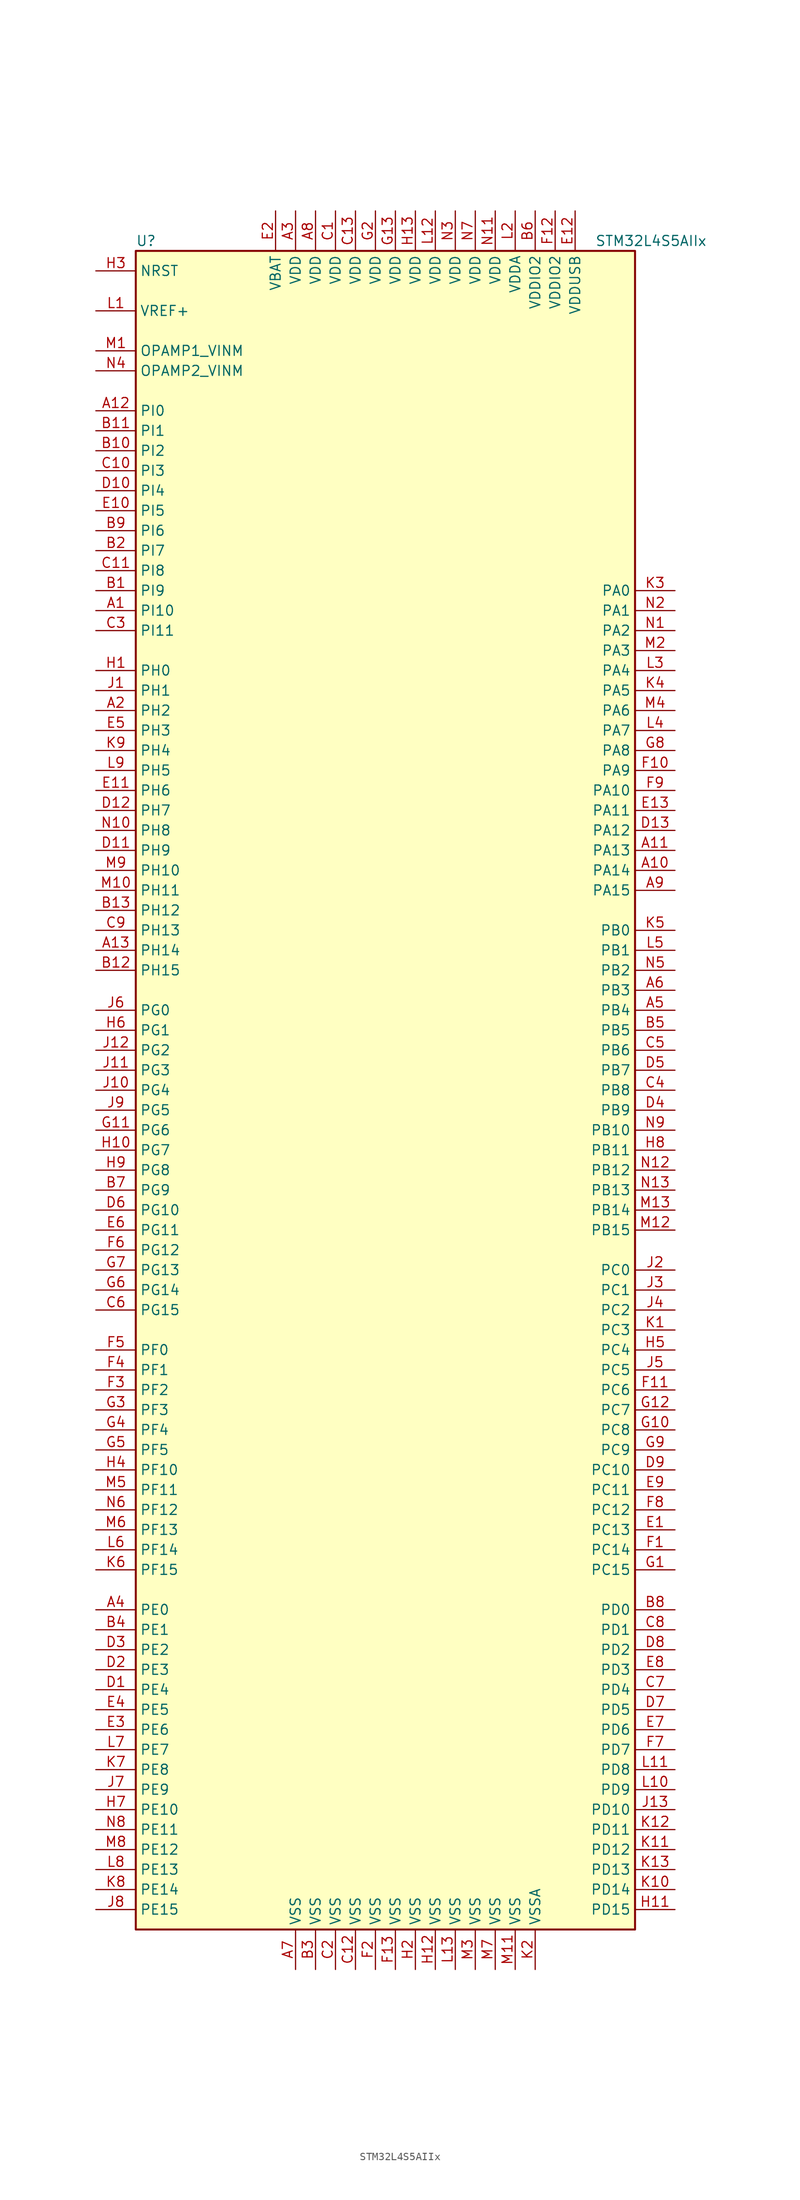
<source format=kicad_sym>
(kicad_symbol_lib
  (version 20201005)
  (generator kicad_symbol_editor)
  (symbol "STM32L4S5AIIx"
    (property "Reference" "U"
      (at -33.02 107.95 0)
      (effects (font (size 1.27 1.27)) (justify left)))
    (property "Value" "STM32L4S5AIIx"
      (at 25.4 107.95 0)
      (effects (font (size 1.27 1.27)) (justify left)))
    (symbol "STM32L4S5AIIx_0_1"
      (rectangle (start -33.02 -106.68) (end 30.48 106.68) (stroke (width 0.254)) (fill (type background))))
    (symbol "STM32L4S5AIIx_1_1"
      (pin input line (at -38.1 104.14 0) (length 5.08) (name "NRST" (effects (font (size 1.27 1.27)))) (number "H3" (effects (font (size 1.27 1.27)))))
      (pin bidirectional line (at -38.1 93.98 0) (length 5.08) (name "OPAMP1_VINM" (effects (font (size 1.27 1.27)))) (number "M1" (effects (font (size 1.27 1.27)))))
      (pin bidirectional line (at -38.1 91.44 0) (length 5.08) (name "OPAMP2_VINM" (effects (font (size 1.27 1.27)))) (number "N4" (effects (font (size 1.27 1.27)))))
      (pin bidirectional line (at 35.56 63.5 180) (length 5.08) (name "PA0" (effects (font (size 1.27 1.27)))) (number "K3" (effects (font (size 1.27 1.27)))))
      (pin bidirectional line (at 35.56 60.96 180) (length 5.08) (name "PA1" (effects (font (size 1.27 1.27)))) (number "N2" (effects (font (size 1.27 1.27)))))
      (pin bidirectional line (at 35.56 38.1 180) (length 5.08) (name "PA10" (effects (font (size 1.27 1.27)))) (number "F9" (effects (font (size 1.27 1.27)))))
      (pin bidirectional line (at 35.56 35.56 180) (length 5.08) (name "PA11" (effects (font (size 1.27 1.27)))) (number "E13" (effects (font (size 1.27 1.27)))))
      (pin bidirectional line (at 35.56 33.02 180) (length 5.08) (name "PA12" (effects (font (size 1.27 1.27)))) (number "D13" (effects (font (size 1.27 1.27)))))
      (pin bidirectional line (at 35.56 30.48 180) (length 5.08) (name "PA13" (effects (font (size 1.27 1.27)))) (number "A11" (effects (font (size 1.27 1.27)))))
      (pin bidirectional line (at 35.56 27.94 180) (length 5.08) (name "PA14" (effects (font (size 1.27 1.27)))) (number "A10" (effects (font (size 1.27 1.27)))))
      (pin bidirectional line (at 35.56 25.4 180) (length 5.08) (name "PA15" (effects (font (size 1.27 1.27)))) (number "A9" (effects (font (size 1.27 1.27)))))
      (pin bidirectional line (at 35.56 58.42 180) (length 5.08) (name "PA2" (effects (font (size 1.27 1.27)))) (number "N1" (effects (font (size 1.27 1.27)))))
      (pin bidirectional line (at 35.56 55.88 180) (length 5.08) (name "PA3" (effects (font (size 1.27 1.27)))) (number "M2" (effects (font (size 1.27 1.27)))))
      (pin bidirectional line (at 35.56 53.34 180) (length 5.08) (name "PA4" (effects (font (size 1.27 1.27)))) (number "L3" (effects (font (size 1.27 1.27)))))
      (pin bidirectional line (at 35.56 50.8 180) (length 5.08) (name "PA5" (effects (font (size 1.27 1.27)))) (number "K4" (effects (font (size 1.27 1.27)))))
      (pin bidirectional line (at 35.56 48.26 180) (length 5.08) (name "PA6" (effects (font (size 1.27 1.27)))) (number "M4" (effects (font (size 1.27 1.27)))))
      (pin bidirectional line (at 35.56 45.72 180) (length 5.08) (name "PA7" (effects (font (size 1.27 1.27)))) (number "L4" (effects (font (size 1.27 1.27)))))
      (pin bidirectional line (at 35.56 43.18 180) (length 5.08) (name "PA8" (effects (font (size 1.27 1.27)))) (number "G8" (effects (font (size 1.27 1.27)))))
      (pin bidirectional line (at 35.56 40.64 180) (length 5.08) (name "PA9" (effects (font (size 1.27 1.27)))) (number "F10" (effects (font (size 1.27 1.27)))))
      (pin bidirectional line (at 35.56 20.32 180) (length 5.08) (name "PB0" (effects (font (size 1.27 1.27)))) (number "K5" (effects (font (size 1.27 1.27)))))
      (pin bidirectional line (at 35.56 17.78 180) (length 5.08) (name "PB1" (effects (font (size 1.27 1.27)))) (number "L5" (effects (font (size 1.27 1.27)))))
      (pin bidirectional line (at 35.56 -5.08 180) (length 5.08) (name "PB10" (effects (font (size 1.27 1.27)))) (number "N9" (effects (font (size 1.27 1.27)))))
      (pin bidirectional line (at 35.56 -7.62 180) (length 5.08) (name "PB11" (effects (font (size 1.27 1.27)))) (number "H8" (effects (font (size 1.27 1.27)))))
      (pin bidirectional line (at 35.56 -10.16 180) (length 5.08) (name "PB12" (effects (font (size 1.27 1.27)))) (number "N12" (effects (font (size 1.27 1.27)))))
      (pin bidirectional line (at 35.56 -12.7 180) (length 5.08) (name "PB13" (effects (font (size 1.27 1.27)))) (number "N13" (effects (font (size 1.27 1.27)))))
      (pin bidirectional line (at 35.56 -15.24 180) (length 5.08) (name "PB14" (effects (font (size 1.27 1.27)))) (number "M13" (effects (font (size 1.27 1.27)))))
      (pin bidirectional line (at 35.56 -17.78 180) (length 5.08) (name "PB15" (effects (font (size 1.27 1.27)))) (number "M12" (effects (font (size 1.27 1.27)))))
      (pin bidirectional line (at 35.56 15.24 180) (length 5.08) (name "PB2" (effects (font (size 1.27 1.27)))) (number "N5" (effects (font (size 1.27 1.27)))))
      (pin bidirectional line (at 35.56 12.7 180) (length 5.08) (name "PB3" (effects (font (size 1.27 1.27)))) (number "A6" (effects (font (size 1.27 1.27)))))
      (pin bidirectional line (at 35.56 10.16 180) (length 5.08) (name "PB4" (effects (font (size 1.27 1.27)))) (number "A5" (effects (font (size 1.27 1.27)))))
      (pin bidirectional line (at 35.56 7.62 180) (length 5.08) (name "PB5" (effects (font (size 1.27 1.27)))) (number "B5" (effects (font (size 1.27 1.27)))))
      (pin bidirectional line (at 35.56 5.08 180) (length 5.08) (name "PB6" (effects (font (size 1.27 1.27)))) (number "C5" (effects (font (size 1.27 1.27)))))
      (pin bidirectional line (at 35.56 2.54 180) (length 5.08) (name "PB7" (effects (font (size 1.27 1.27)))) (number "D5" (effects (font (size 1.27 1.27)))))
      (pin bidirectional line (at 35.56 0 180) (length 5.08) (name "PB8" (effects (font (size 1.27 1.27)))) (number "C4" (effects (font (size 1.27 1.27)))))
      (pin bidirectional line (at 35.56 -2.54 180) (length 5.08) (name "PB9" (effects (font (size 1.27 1.27)))) (number "D4" (effects (font (size 1.27 1.27)))))
      (pin bidirectional line (at 35.56 -22.86 180) (length 5.08) (name "PC0" (effects (font (size 1.27 1.27)))) (number "J2" (effects (font (size 1.27 1.27)))))
      (pin bidirectional line (at 35.56 -25.4 180) (length 5.08) (name "PC1" (effects (font (size 1.27 1.27)))) (number "J3" (effects (font (size 1.27 1.27)))))
      (pin bidirectional line (at 35.56 -48.26 180) (length 5.08) (name "PC10" (effects (font (size 1.27 1.27)))) (number "D9" (effects (font (size 1.27 1.27)))))
      (pin bidirectional line (at 35.56 -50.8 180) (length 5.08) (name "PC11" (effects (font (size 1.27 1.27)))) (number "E9" (effects (font (size 1.27 1.27)))))
      (pin bidirectional line (at 35.56 -53.34 180) (length 5.08) (name "PC12" (effects (font (size 1.27 1.27)))) (number "F8" (effects (font (size 1.27 1.27)))))
      (pin bidirectional line (at 35.56 -55.88 180) (length 5.08) (name "PC13" (effects (font (size 1.27 1.27)))) (number "E1" (effects (font (size 1.27 1.27)))))
      (pin bidirectional line (at 35.56 -58.42 180) (length 5.08) (name "PC14" (effects (font (size 1.27 1.27)))) (number "F1" (effects (font (size 1.27 1.27)))))
      (pin bidirectional line (at 35.56 -60.96 180) (length 5.08) (name "PC15" (effects (font (size 1.27 1.27)))) (number "G1" (effects (font (size 1.27 1.27)))))
      (pin bidirectional line (at 35.56 -27.94 180) (length 5.08) (name "PC2" (effects (font (size 1.27 1.27)))) (number "J4" (effects (font (size 1.27 1.27)))))
      (pin bidirectional line (at 35.56 -30.48 180) (length 5.08) (name "PC3" (effects (font (size 1.27 1.27)))) (number "K1" (effects (font (size 1.27 1.27)))))
      (pin bidirectional line (at 35.56 -33.02 180) (length 5.08) (name "PC4" (effects (font (size 1.27 1.27)))) (number "H5" (effects (font (size 1.27 1.27)))))
      (pin bidirectional line (at 35.56 -35.56 180) (length 5.08) (name "PC5" (effects (font (size 1.27 1.27)))) (number "J5" (effects (font (size 1.27 1.27)))))
      (pin bidirectional line (at 35.56 -38.1 180) (length 5.08) (name "PC6" (effects (font (size 1.27 1.27)))) (number "F11" (effects (font (size 1.27 1.27)))))
      (pin bidirectional line (at 35.56 -40.64 180) (length 5.08) (name "PC7" (effects (font (size 1.27 1.27)))) (number "G12" (effects (font (size 1.27 1.27)))))
      (pin bidirectional line (at 35.56 -43.18 180) (length 5.08) (name "PC8" (effects (font (size 1.27 1.27)))) (number "G10" (effects (font (size 1.27 1.27)))))
      (pin bidirectional line (at 35.56 -45.72 180) (length 5.08) (name "PC9" (effects (font (size 1.27 1.27)))) (number "G9" (effects (font (size 1.27 1.27)))))
      (pin bidirectional line (at 35.56 -66.04 180) (length 5.08) (name "PD0" (effects (font (size 1.27 1.27)))) (number "B8" (effects (font (size 1.27 1.27)))))
      (pin bidirectional line (at 35.56 -68.58 180) (length 5.08) (name "PD1" (effects (font (size 1.27 1.27)))) (number "C8" (effects (font (size 1.27 1.27)))))
      (pin bidirectional line (at 35.56 -91.44 180) (length 5.08) (name "PD10" (effects (font (size 1.27 1.27)))) (number "J13" (effects (font (size 1.27 1.27)))))
      (pin bidirectional line (at 35.56 -93.98 180) (length 5.08) (name "PD11" (effects (font (size 1.27 1.27)))) (number "K12" (effects (font (size 1.27 1.27)))))
      (pin bidirectional line (at 35.56 -96.52 180) (length 5.08) (name "PD12" (effects (font (size 1.27 1.27)))) (number "K11" (effects (font (size 1.27 1.27)))))
      (pin bidirectional line (at 35.56 -99.06 180) (length 5.08) (name "PD13" (effects (font (size 1.27 1.27)))) (number "K13" (effects (font (size 1.27 1.27)))))
      (pin bidirectional line (at 35.56 -101.6 180) (length 5.08) (name "PD14" (effects (font (size 1.27 1.27)))) (number "K10" (effects (font (size 1.27 1.27)))))
      (pin bidirectional line (at 35.56 -104.14 180) (length 5.08) (name "PD15" (effects (font (size 1.27 1.27)))) (number "H11" (effects (font (size 1.27 1.27)))))
      (pin bidirectional line (at 35.56 -71.12 180) (length 5.08) (name "PD2" (effects (font (size 1.27 1.27)))) (number "D8" (effects (font (size 1.27 1.27)))))
      (pin bidirectional line (at 35.56 -73.66 180) (length 5.08) (name "PD3" (effects (font (size 1.27 1.27)))) (number "E8" (effects (font (size 1.27 1.27)))))
      (pin bidirectional line (at 35.56 -76.2 180) (length 5.08) (name "PD4" (effects (font (size 1.27 1.27)))) (number "C7" (effects (font (size 1.27 1.27)))))
      (pin bidirectional line (at 35.56 -78.74 180) (length 5.08) (name "PD5" (effects (font (size 1.27 1.27)))) (number "D7" (effects (font (size 1.27 1.27)))))
      (pin bidirectional line (at 35.56 -81.28 180) (length 5.08) (name "PD6" (effects (font (size 1.27 1.27)))) (number "E7" (effects (font (size 1.27 1.27)))))
      (pin bidirectional line (at 35.56 -83.82 180) (length 5.08) (name "PD7" (effects (font (size 1.27 1.27)))) (number "F7" (effects (font (size 1.27 1.27)))))
      (pin bidirectional line (at 35.56 -86.36 180) (length 5.08) (name "PD8" (effects (font (size 1.27 1.27)))) (number "L11" (effects (font (size 1.27 1.27)))))
      (pin bidirectional line (at 35.56 -88.9 180) (length 5.08) (name "PD9" (effects (font (size 1.27 1.27)))) (number "L10" (effects (font (size 1.27 1.27)))))
      (pin bidirectional line (at -38.1 -66.04 0) (length 5.08) (name "PE0" (effects (font (size 1.27 1.27)))) (number "A4" (effects (font (size 1.27 1.27)))))
      (pin bidirectional line (at -38.1 -68.58 0) (length 5.08) (name "PE1" (effects (font (size 1.27 1.27)))) (number "B4" (effects (font (size 1.27 1.27)))))
      (pin bidirectional line (at -38.1 -91.44 0) (length 5.08) (name "PE10" (effects (font (size 1.27 1.27)))) (number "H7" (effects (font (size 1.27 1.27)))))
      (pin bidirectional line (at -38.1 -93.98 0) (length 5.08) (name "PE11" (effects (font (size 1.27 1.27)))) (number "N8" (effects (font (size 1.27 1.27)))))
      (pin bidirectional line (at -38.1 -96.52 0) (length 5.08) (name "PE12" (effects (font (size 1.27 1.27)))) (number "M8" (effects (font (size 1.27 1.27)))))
      (pin bidirectional line (at -38.1 -99.06 0) (length 5.08) (name "PE13" (effects (font (size 1.27 1.27)))) (number "L8" (effects (font (size 1.27 1.27)))))
      (pin bidirectional line (at -38.1 -101.6 0) (length 5.08) (name "PE14" (effects (font (size 1.27 1.27)))) (number "K8" (effects (font (size 1.27 1.27)))))
      (pin bidirectional line (at -38.1 -104.14 0) (length 5.08) (name "PE15" (effects (font (size 1.27 1.27)))) (number "J8" (effects (font (size 1.27 1.27)))))
      (pin bidirectional line (at -38.1 -71.12 0) (length 5.08) (name "PE2" (effects (font (size 1.27 1.27)))) (number "D3" (effects (font (size 1.27 1.27)))))
      (pin bidirectional line (at -38.1 -73.66 0) (length 5.08) (name "PE3" (effects (font (size 1.27 1.27)))) (number "D2" (effects (font (size 1.27 1.27)))))
      (pin bidirectional line (at -38.1 -76.2 0) (length 5.08) (name "PE4" (effects (font (size 1.27 1.27)))) (number "D1" (effects (font (size 1.27 1.27)))))
      (pin bidirectional line (at -38.1 -78.74 0) (length 5.08) (name "PE5" (effects (font (size 1.27 1.27)))) (number "E4" (effects (font (size 1.27 1.27)))))
      (pin bidirectional line (at -38.1 -81.28 0) (length 5.08) (name "PE6" (effects (font (size 1.27 1.27)))) (number "E3" (effects (font (size 1.27 1.27)))))
      (pin bidirectional line (at -38.1 -83.82 0) (length 5.08) (name "PE7" (effects (font (size 1.27 1.27)))) (number "L7" (effects (font (size 1.27 1.27)))))
      (pin bidirectional line (at -38.1 -86.36 0) (length 5.08) (name "PE8" (effects (font (size 1.27 1.27)))) (number "K7" (effects (font (size 1.27 1.27)))))
      (pin bidirectional line (at -38.1 -88.9 0) (length 5.08) (name "PE9" (effects (font (size 1.27 1.27)))) (number "J7" (effects (font (size 1.27 1.27)))))
      (pin bidirectional line (at -38.1 -33.02 0) (length 5.08) (name "PF0" (effects (font (size 1.27 1.27)))) (number "F5" (effects (font (size 1.27 1.27)))))
      (pin bidirectional line (at -38.1 -35.56 0) (length 5.08) (name "PF1" (effects (font (size 1.27 1.27)))) (number "F4" (effects (font (size 1.27 1.27)))))
      (pin bidirectional line (at -38.1 -48.26 0) (length 5.08) (name "PF10" (effects (font (size 1.27 1.27)))) (number "H4" (effects (font (size 1.27 1.27)))))
      (pin bidirectional line (at -38.1 -50.8 0) (length 5.08) (name "PF11" (effects (font (size 1.27 1.27)))) (number "M5" (effects (font (size 1.27 1.27)))))
      (pin bidirectional line (at -38.1 -53.34 0) (length 5.08) (name "PF12" (effects (font (size 1.27 1.27)))) (number "N6" (effects (font (size 1.27 1.27)))))
      (pin bidirectional line (at -38.1 -55.88 0) (length 5.08) (name "PF13" (effects (font (size 1.27 1.27)))) (number "M6" (effects (font (size 1.27 1.27)))))
      (pin bidirectional line (at -38.1 -58.42 0) (length 5.08) (name "PF14" (effects (font (size 1.27 1.27)))) (number "L6" (effects (font (size 1.27 1.27)))))
      (pin bidirectional line (at -38.1 -60.96 0) (length 5.08) (name "PF15" (effects (font (size 1.27 1.27)))) (number "K6" (effects (font (size 1.27 1.27)))))
      (pin bidirectional line (at -38.1 -38.1 0) (length 5.08) (name "PF2" (effects (font (size 1.27 1.27)))) (number "F3" (effects (font (size 1.27 1.27)))))
      (pin bidirectional line (at -38.1 -40.64 0) (length 5.08) (name "PF3" (effects (font (size 1.27 1.27)))) (number "G3" (effects (font (size 1.27 1.27)))))
      (pin bidirectional line (at -38.1 -43.18 0) (length 5.08) (name "PF4" (effects (font (size 1.27 1.27)))) (number "G4" (effects (font (size 1.27 1.27)))))
      (pin bidirectional line (at -38.1 -45.72 0) (length 5.08) (name "PF5" (effects (font (size 1.27 1.27)))) (number "G5" (effects (font (size 1.27 1.27)))))
      (pin bidirectional line (at -38.1 10.16 0) (length 5.08) (name "PG0" (effects (font (size 1.27 1.27)))) (number "J6" (effects (font (size 1.27 1.27)))))
      (pin bidirectional line (at -38.1 7.62 0) (length 5.08) (name "PG1" (effects (font (size 1.27 1.27)))) (number "H6" (effects (font (size 1.27 1.27)))))
      (pin bidirectional line (at -38.1 -15.24 0) (length 5.08) (name "PG10" (effects (font (size 1.27 1.27)))) (number "D6" (effects (font (size 1.27 1.27)))))
      (pin bidirectional line (at -38.1 -17.78 0) (length 5.08) (name "PG11" (effects (font (size 1.27 1.27)))) (number "E6" (effects (font (size 1.27 1.27)))))
      (pin bidirectional line (at -38.1 -20.32 0) (length 5.08) (name "PG12" (effects (font (size 1.27 1.27)))) (number "F6" (effects (font (size 1.27 1.27)))))
      (pin bidirectional line (at -38.1 -22.86 0) (length 5.08) (name "PG13" (effects (font (size 1.27 1.27)))) (number "G7" (effects (font (size 1.27 1.27)))))
      (pin bidirectional line (at -38.1 -25.4 0) (length 5.08) (name "PG14" (effects (font (size 1.27 1.27)))) (number "G6" (effects (font (size 1.27 1.27)))))
      (pin bidirectional line (at -38.1 -27.94 0) (length 5.08) (name "PG15" (effects (font (size 1.27 1.27)))) (number "C6" (effects (font (size 1.27 1.27)))))
      (pin bidirectional line (at -38.1 5.08 0) (length 5.08) (name "PG2" (effects (font (size 1.27 1.27)))) (number "J12" (effects (font (size 1.27 1.27)))))
      (pin bidirectional line (at -38.1 2.54 0) (length 5.08) (name "PG3" (effects (font (size 1.27 1.27)))) (number "J11" (effects (font (size 1.27 1.27)))))
      (pin bidirectional line (at -38.1 0 0) (length 5.08) (name "PG4" (effects (font (size 1.27 1.27)))) (number "J10" (effects (font (size 1.27 1.27)))))
      (pin bidirectional line (at -38.1 -2.54 0) (length 5.08) (name "PG5" (effects (font (size 1.27 1.27)))) (number "J9" (effects (font (size 1.27 1.27)))))
      (pin bidirectional line (at -38.1 -5.08 0) (length 5.08) (name "PG6" (effects (font (size 1.27 1.27)))) (number "G11" (effects (font (size 1.27 1.27)))))
      (pin bidirectional line (at -38.1 -7.62 0) (length 5.08) (name "PG7" (effects (font (size 1.27 1.27)))) (number "H10" (effects (font (size 1.27 1.27)))))
      (pin bidirectional line (at -38.1 -10.16 0) (length 5.08) (name "PG8" (effects (font (size 1.27 1.27)))) (number "H9" (effects (font (size 1.27 1.27)))))
      (pin bidirectional line (at -38.1 -12.7 0) (length 5.08) (name "PG9" (effects (font (size 1.27 1.27)))) (number "B7" (effects (font (size 1.27 1.27)))))
      (pin input line (at -38.1 53.34 0) (length 5.08) (name "PH0" (effects (font (size 1.27 1.27)))) (number "H1" (effects (font (size 1.27 1.27)))))
      (pin input line (at -38.1 50.8 0) (length 5.08) (name "PH1" (effects (font (size 1.27 1.27)))) (number "J1" (effects (font (size 1.27 1.27)))))
      (pin bidirectional line (at -38.1 27.94 0) (length 5.08) (name "PH10" (effects (font (size 1.27 1.27)))) (number "M9" (effects (font (size 1.27 1.27)))))
      (pin bidirectional line (at -38.1 25.4 0) (length 5.08) (name "PH11" (effects (font (size 1.27 1.27)))) (number "M10" (effects (font (size 1.27 1.27)))))
      (pin bidirectional line (at -38.1 22.86 0) (length 5.08) (name "PH12" (effects (font (size 1.27 1.27)))) (number "B13" (effects (font (size 1.27 1.27)))))
      (pin bidirectional line (at -38.1 20.32 0) (length 5.08) (name "PH13" (effects (font (size 1.27 1.27)))) (number "C9" (effects (font (size 1.27 1.27)))))
      (pin bidirectional line (at -38.1 17.78 0) (length 5.08) (name "PH14" (effects (font (size 1.27 1.27)))) (number "A13" (effects (font (size 1.27 1.27)))))
      (pin bidirectional line (at -38.1 15.24 0) (length 5.08) (name "PH15" (effects (font (size 1.27 1.27)))) (number "B12" (effects (font (size 1.27 1.27)))))
      (pin bidirectional line (at -38.1 48.26 0) (length 5.08) (name "PH2" (effects (font (size 1.27 1.27)))) (number "A2" (effects (font (size 1.27 1.27)))))
      (pin bidirectional line (at -38.1 45.72 0) (length 5.08) (name "PH3" (effects (font (size 1.27 1.27)))) (number "E5" (effects (font (size 1.27 1.27)))))
      (pin bidirectional line (at -38.1 43.18 0) (length 5.08) (name "PH4" (effects (font (size 1.27 1.27)))) (number "K9" (effects (font (size 1.27 1.27)))))
      (pin bidirectional line (at -38.1 40.64 0) (length 5.08) (name "PH5" (effects (font (size 1.27 1.27)))) (number "L9" (effects (font (size 1.27 1.27)))))
      (pin bidirectional line (at -38.1 38.1 0) (length 5.08) (name "PH6" (effects (font (size 1.27 1.27)))) (number "E11" (effects (font (size 1.27 1.27)))))
      (pin bidirectional line (at -38.1 35.56 0) (length 5.08) (name "PH7" (effects (font (size 1.27 1.27)))) (number "D12" (effects (font (size 1.27 1.27)))))
      (pin bidirectional line (at -38.1 33.02 0) (length 5.08) (name "PH8" (effects (font (size 1.27 1.27)))) (number "N10" (effects (font (size 1.27 1.27)))))
      (pin bidirectional line (at -38.1 30.48 0) (length 5.08) (name "PH9" (effects (font (size 1.27 1.27)))) (number "D11" (effects (font (size 1.27 1.27)))))
      (pin bidirectional line (at -38.1 86.36 0) (length 5.08) (name "PI0" (effects (font (size 1.27 1.27)))) (number "A12" (effects (font (size 1.27 1.27)))))
      (pin bidirectional line (at -38.1 83.82 0) (length 5.08) (name "PI1" (effects (font (size 1.27 1.27)))) (number "B11" (effects (font (size 1.27 1.27)))))
      (pin bidirectional line (at -38.1 60.96 0) (length 5.08) (name "PI10" (effects (font (size 1.27 1.27)))) (number "A1" (effects (font (size 1.27 1.27)))))
      (pin bidirectional line (at -38.1 58.42 0) (length 5.08) (name "PI11" (effects (font (size 1.27 1.27)))) (number "C3" (effects (font (size 1.27 1.27)))))
      (pin bidirectional line (at -38.1 81.28 0) (length 5.08) (name "PI2" (effects (font (size 1.27 1.27)))) (number "B10" (effects (font (size 1.27 1.27)))))
      (pin bidirectional line (at -38.1 78.74 0) (length 5.08) (name "PI3" (effects (font (size 1.27 1.27)))) (number "C10" (effects (font (size 1.27 1.27)))))
      (pin bidirectional line (at -38.1 76.2 0) (length 5.08) (name "PI4" (effects (font (size 1.27 1.27)))) (number "D10" (effects (font (size 1.27 1.27)))))
      (pin bidirectional line (at -38.1 73.66 0) (length 5.08) (name "PI5" (effects (font (size 1.27 1.27)))) (number "E10" (effects (font (size 1.27 1.27)))))
      (pin bidirectional line (at -38.1 71.12 0) (length 5.08) (name "PI6" (effects (font (size 1.27 1.27)))) (number "B9" (effects (font (size 1.27 1.27)))))
      (pin bidirectional line (at -38.1 68.58 0) (length 5.08) (name "PI7" (effects (font (size 1.27 1.27)))) (number "B2" (effects (font (size 1.27 1.27)))))
      (pin bidirectional line (at -38.1 66.04 0) (length 5.08) (name "PI8" (effects (font (size 1.27 1.27)))) (number "C11" (effects (font (size 1.27 1.27)))))
      (pin bidirectional line (at -38.1 63.5 0) (length 5.08) (name "PI9" (effects (font (size 1.27 1.27)))) (number "B1" (effects (font (size 1.27 1.27)))))
      (pin power_in line (at -15.24 111.76 270) (length 5.08) (name "VBAT" (effects (font (size 1.27 1.27)))) (number "E2" (effects (font (size 1.27 1.27)))))
      (pin power_in line (at -12.7 111.76 270) (length 5.08) (name "VDD" (effects (font (size 1.27 1.27)))) (number "A3" (effects (font (size 1.27 1.27)))))
      (pin power_in line (at -10.16 111.76 270) (length 5.08) (name "VDD" (effects (font (size 1.27 1.27)))) (number "A8" (effects (font (size 1.27 1.27)))))
      (pin power_in line (at -7.62 111.76 270) (length 5.08) (name "VDD" (effects (font (size 1.27 1.27)))) (number "C1" (effects (font (size 1.27 1.27)))))
      (pin power_in line (at -5.08 111.76 270) (length 5.08) (name "VDD" (effects (font (size 1.27 1.27)))) (number "C13" (effects (font (size 1.27 1.27)))))
      (pin power_in line (at 0 111.76 270) (length 5.08) (name "VDD" (effects (font (size 1.27 1.27)))) (number "G13" (effects (font (size 1.27 1.27)))))
      (pin power_in line (at -2.54 111.76 270) (length 5.08) (name "VDD" (effects (font (size 1.27 1.27)))) (number "G2" (effects (font (size 1.27 1.27)))))
      (pin power_in line (at 2.54 111.76 270) (length 5.08) (name "VDD" (effects (font (size 1.27 1.27)))) (number "H13" (effects (font (size 1.27 1.27)))))
      (pin power_in line (at 5.08 111.76 270) (length 5.08) (name "VDD" (effects (font (size 1.27 1.27)))) (number "L12" (effects (font (size 1.27 1.27)))))
      (pin power_in line (at 12.7 111.76 270) (length 5.08) (name "VDD" (effects (font (size 1.27 1.27)))) (number "N11" (effects (font (size 1.27 1.27)))))
      (pin power_in line (at 7.62 111.76 270) (length 5.08) (name "VDD" (effects (font (size 1.27 1.27)))) (number "N3" (effects (font (size 1.27 1.27)))))
      (pin power_in line (at 10.16 111.76 270) (length 5.08) (name "VDD" (effects (font (size 1.27 1.27)))) (number "N7" (effects (font (size 1.27 1.27)))))
      (pin power_in line (at 15.24 111.76 270) (length 5.08) (name "VDDA" (effects (font (size 1.27 1.27)))) (number "L2" (effects (font (size 1.27 1.27)))))
      (pin power_in line (at 17.78 111.76 270) (length 5.08) (name "VDDIO2" (effects (font (size 1.27 1.27)))) (number "B6" (effects (font (size 1.27 1.27)))))
      (pin power_in line (at 20.32 111.76 270) (length 5.08) (name "VDDIO2" (effects (font (size 1.27 1.27)))) (number "F12" (effects (font (size 1.27 1.27)))))
      (pin power_in line (at 22.86 111.76 270) (length 5.08) (name "VDDUSB" (effects (font (size 1.27 1.27)))) (number "E12" (effects (font (size 1.27 1.27)))))
      (pin bidirectional line (at -38.1 99.06 0) (length 5.08) (name "VREF+" (effects (font (size 1.27 1.27)))) (number "L1" (effects (font (size 1.27 1.27)))))
      (pin power_in line (at -12.7 -111.76 90) (length 5.08) (name "VSS" (effects (font (size 1.27 1.27)))) (number "A7" (effects (font (size 1.27 1.27)))))
      (pin power_in line (at -10.16 -111.76 90) (length 5.08) (name "VSS" (effects (font (size 1.27 1.27)))) (number "B3" (effects (font (size 1.27 1.27)))))
      (pin power_in line (at -5.08 -111.76 90) (length 5.08) (name "VSS" (effects (font (size 1.27 1.27)))) (number "C12" (effects (font (size 1.27 1.27)))))
      (pin power_in line (at -7.62 -111.76 90) (length 5.08) (name "VSS" (effects (font (size 1.27 1.27)))) (number "C2" (effects (font (size 1.27 1.27)))))
      (pin power_in line (at 0 -111.76 90) (length 5.08) (name "VSS" (effects (font (size 1.27 1.27)))) (number "F13" (effects (font (size 1.27 1.27)))))
      (pin power_in line (at -2.54 -111.76 90) (length 5.08) (name "VSS" (effects (font (size 1.27 1.27)))) (number "F2" (effects (font (size 1.27 1.27)))))
      (pin power_in line (at 5.08 -111.76 90) (length 5.08) (name "VSS" (effects (font (size 1.27 1.27)))) (number "H12" (effects (font (size 1.27 1.27)))))
      (pin power_in line (at 2.54 -111.76 90) (length 5.08) (name "VSS" (effects (font (size 1.27 1.27)))) (number "H2" (effects (font (size 1.27 1.27)))))
      (pin power_in line (at 7.62 -111.76 90) (length 5.08) (name "VSS" (effects (font (size 1.27 1.27)))) (number "L13" (effects (font (size 1.27 1.27)))))
      (pin power_in line (at 15.24 -111.76 90) (length 5.08) (name "VSS" (effects (font (size 1.27 1.27)))) (number "M11" (effects (font (size 1.27 1.27)))))
      (pin power_in line (at 10.16 -111.76 90) (length 5.08) (name "VSS" (effects (font (size 1.27 1.27)))) (number "M3" (effects (font (size 1.27 1.27)))))
      (pin power_in line (at 12.7 -111.76 90) (length 5.08) (name "VSS" (effects (font (size 1.27 1.27)))) (number "M7" (effects (font (size 1.27 1.27)))))
      (pin power_in line (at 17.78 -111.76 90) (length 5.08) (name "VSSA" (effects (font (size 1.27 1.27)))) (number "K2" (effects (font (size 1.27 1.27))))))))
</source>
